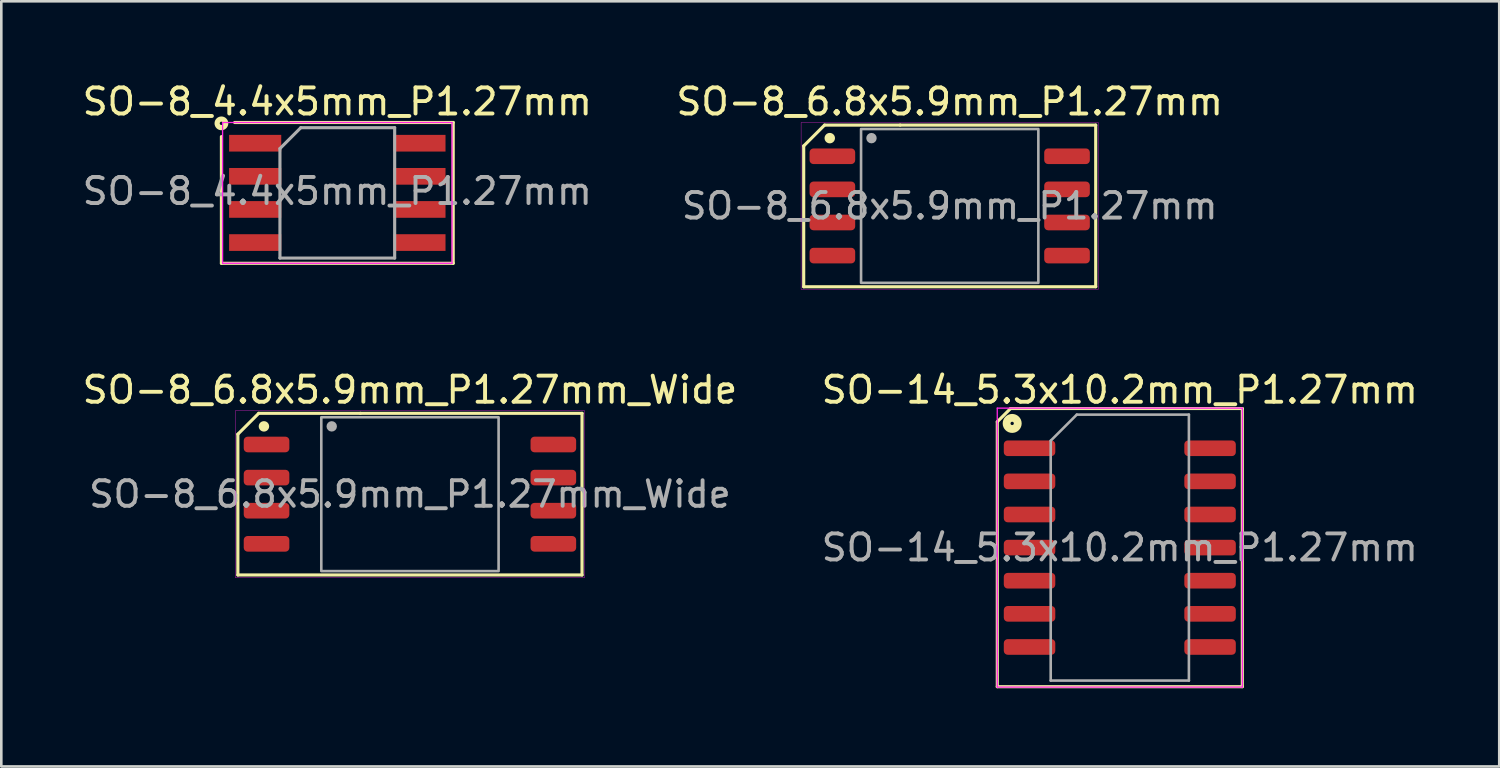
<source format=kicad_pcb>
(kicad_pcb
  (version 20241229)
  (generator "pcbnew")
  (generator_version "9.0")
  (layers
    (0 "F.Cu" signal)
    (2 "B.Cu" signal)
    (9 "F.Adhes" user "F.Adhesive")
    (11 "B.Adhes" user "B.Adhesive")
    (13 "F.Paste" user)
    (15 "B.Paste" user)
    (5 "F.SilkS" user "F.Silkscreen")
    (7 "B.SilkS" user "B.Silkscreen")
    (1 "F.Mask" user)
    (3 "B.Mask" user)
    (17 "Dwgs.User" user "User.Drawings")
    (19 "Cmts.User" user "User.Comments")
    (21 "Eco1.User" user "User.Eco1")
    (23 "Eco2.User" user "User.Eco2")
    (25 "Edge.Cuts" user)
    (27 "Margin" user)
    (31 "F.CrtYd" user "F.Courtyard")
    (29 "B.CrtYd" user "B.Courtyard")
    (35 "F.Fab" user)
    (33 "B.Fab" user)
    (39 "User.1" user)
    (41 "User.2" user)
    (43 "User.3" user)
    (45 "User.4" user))
  (footprint "SO-8_4.4x5mm_P1.27mm"
    (layer "F.Cu")
    (at 9.887 4.348)
    (property "Reference" "SO-8_4.4x5mm_P1.27mm" (at 0 -3.5 0) (layer "F.SilkS") (effects (font (size 1 1) (thickness 0.15))))
    (attr smd)
    (fp_line (start -4.445 2.7) (end -4.445 -2.159) (stroke (width 0.12) (type solid)) (layer "F.SilkS"))
    (fp_line (start -3.937 -2.7) (end 4.381 -2.7) (stroke (width 0.12) (type solid)) (layer "F.SilkS"))
    (fp_line (start 4.381 -2.7) (end 4.445 -2.7) (stroke (width 0.12) (type solid)) (layer "F.SilkS"))
    (fp_line (start 4.445 -2.7) (end 4.445 2.7) (stroke (width 0.12) (type solid)) (layer "F.SilkS"))
    (fp_line (start 4.445 2.7) (end -4.445 2.7) (stroke (width 0.12) (type solid)) (layer "F.SilkS"))
    (fp_circle (center -4.445 -2.667) (end -4.381 -2.667) (stroke (width 0.2) (type solid)) (fill no) (layer "F.SilkS"))
    (fp_line (start -4.4 -2.7) (end -4.4 2.7) (stroke (width 0.05) (type solid)) (layer "F.CrtYd"))
    (fp_line (start -4.4 -2.7) (end 4.4 -2.7) (stroke (width 0.05) (type solid)) (layer "F.CrtYd"))
    (fp_line (start 4.4 2.7) (end -4.4 2.7) (stroke (width 0.05) (type solid)) (layer "F.CrtYd"))
    (fp_line (start 4.4 2.7) (end 4.4 -2.7) (stroke (width 0.05) (type solid)) (layer "F.CrtYd"))
    (fp_line (start -2.2 -1.7) (end -1.4 -2.5) (stroke (width 0.12) (type solid)) (layer "F.Fab"))
    (fp_line (start -2.2 2.5) (end -2.2 -1.7) (stroke (width 0.12) (type solid)) (layer "F.Fab"))
    (fp_line (start -1.4 -2.5) (end 2.2 -2.5) (stroke (width 0.12) (type solid)) (layer "F.Fab"))
    (fp_line (start 2.2 -2.5) (end 2.2 2.5) (stroke (width 0.12) (type solid)) (layer "F.Fab"))
    (fp_line (start 2.2 2.5) (end -2.2 2.5) (stroke (width 0.12) (type solid)) (layer "F.Fab"))
    (fp_text user "${REFERENCE}" (at 0 -0.065 0) (layer "F.Fab") (effects (font (size 1 1) (thickness 0.15))))
    (pad "1" smd rect (at -3.15 -1.905) (size 2 0.64) (layers "F.Cu" "F.Mask" "F.Paste"))
    (pad "2" smd rect (at -3.15 -0.635) (size 2 0.64) (layers "F.Cu" "F.Mask" "F.Paste"))
    (pad "3" smd rect (at -3.15 0.635) (size 2 0.64) (layers "F.Cu" "F.Mask" "F.Paste"))
    (pad "4" smd rect (at -3.15 1.905) (size 2 0.64) (layers "F.Cu" "F.Mask" "F.Paste"))
    (pad "5" smd rect (at 3.15 1.905) (size 2 0.64) (layers "F.Cu" "F.Mask" "F.Paste"))
    (pad "6" smd rect (at 3.15 0.635) (size 2 0.64) (layers "F.Cu" "F.Mask" "F.Paste"))
    (pad "7" smd rect (at 3.15 -0.635) (size 2 0.64) (layers "F.Cu" "F.Mask" "F.Paste"))
    (pad "8" smd rect (at 3.15 -1.905) (size 2 0.64) (layers "F.Cu" "F.Mask" "F.Paste")))
  (footprint "SO-8_6.8x5.9mm_P1.27mm"
    (layer "F.Cu")
    (at 33.375 4.848)
    (property "Reference" "SO-8_6.8x5.9mm_P1.27mm" (at 0 -4 0) (layer "F.SilkS") (effects (font (size 1 1) (thickness 0.15))))
    (attr smd)
    (fp_line (start -5.6 -2.3) (end -4.8 -3.1) (stroke (width 0.12) (type solid)) (layer "F.SilkS"))
    (fp_line (start -5.6 3.1) (end -5.6 -2.3) (stroke (width 0.12) (type solid)) (layer "F.SilkS"))
    (fp_line (start -1.9 -3.1) (end -4.8 -3.1) (stroke (width 0.12) (type solid)) (layer "F.SilkS"))
    (fp_line (start -1.9 -3.1) (end 5.6 -3.1) (stroke (width 0.12) (type solid)) (layer "F.SilkS"))
    (fp_line (start 5.6 -3.1) (end 5.6 3.1) (stroke (width 0.12) (type solid)) (layer "F.SilkS"))
    (fp_line (start 5.6 3.1) (end -5.6 3.1) (stroke (width 0.12) (type solid)) (layer "F.SilkS"))
    (fp_circle (center -4.6 -2.6) (end -4.5 -2.6) (stroke (width 0.2) (type solid)) (fill yes) (layer "F.SilkS"))
    (fp_rect (start -5.7 -3.2) (end 5.7 3.2) (stroke (width 0.013) (type solid)) (fill no) (layer "F.CrtYd"))
    (fp_rect (start -3.4 -2.95) (end 3.4 2.95) (stroke (width 0.1) (type solid)) (fill no) (layer "F.Fab"))
    (fp_circle (center -3 -2.6) (end -2.9 -2.6) (stroke (width 0.2) (type solid)) (fill no) (layer "F.Fab"))
    (fp_text user "${REFERENCE}" (at 0 0 0) (layer "F.Fab") (effects (font (size 0.98 0.98) (thickness 0.15))))
    (pad "1" smd roundrect (at -4.5 -1.905) (size 1.75 0.6) (layers "F.Cu" "F.Mask" "F.Paste") (roundrect_rratio 0.25))
    (pad "2" smd roundrect (at -4.5 -0.635) (size 1.75 0.6) (layers "F.Cu" "F.Mask" "F.Paste") (roundrect_rratio 0.25))
    (pad "3" smd roundrect (at -4.5 0.635) (size 1.75 0.6) (layers "F.Cu" "F.Mask" "F.Paste") (roundrect_rratio 0.25))
    (pad "4" smd roundrect (at -4.5 1.905) (size 1.75 0.6) (layers "F.Cu" "F.Mask" "F.Paste") (roundrect_rratio 0.25))
    (pad "5" smd roundrect (at 4.5 1.905) (size 1.75 0.6) (layers "F.Cu" "F.Mask" "F.Paste") (roundrect_rratio 0.25))
    (pad "6" smd roundrect (at 4.5 0.635) (size 1.75 0.6) (layers "F.Cu" "F.Mask" "F.Paste") (roundrect_rratio 0.25))
    (pad "7" smd roundrect (at 4.5 -0.635) (size 1.75 0.6) (layers "F.Cu" "F.Mask" "F.Paste") (roundrect_rratio 0.25))
    (pad "8" smd roundrect (at 4.5 -1.905) (size 1.75 0.6) (layers "F.Cu" "F.Mask" "F.Paste") (roundrect_rratio 0.25)))
  (footprint "SO-14_5.3x10.2mm_P1.27mm"
    (layer "F.Cu")
    (at 39.899 17.953)
    (property "Reference" "SO-14_5.3x10.2mm_P1.27mm" (at 0 -6.05 0) (layer "F.SilkS") (effects (font (size 1 1) (thickness 0.15))))
    (attr smd)
    (fp_line (start -4.699 -4.826) (end -4.699 5.334) (stroke (width 0.12) (type solid)) (layer "F.SilkS"))
    (fp_line (start -4.699 -4.826) (end -4.191 -5.334) (stroke (width 0.12) (type solid)) (layer "F.SilkS"))
    (fp_line (start -4.699 5.334) (end 4.699 5.334) (stroke (width 0.12) (type solid)) (layer "F.SilkS"))
    (fp_line (start 4.699 -5.334) (end -4.191 -5.334) (stroke (width 0.12) (type solid)) (layer "F.SilkS"))
    (fp_line (start 4.699 5.334) (end 4.699 -5.334) (stroke (width 0.12) (type solid)) (layer "F.SilkS"))
    (fp_circle (center -4.128 -4.763) (end -4.064 -4.763) (stroke (width 0.3) (type solid)) (fill no) (layer "F.SilkS"))
    (fp_line (start -4.7 -5.35) (end -4.7 5.35) (stroke (width 0.05) (type solid)) (layer "F.CrtYd"))
    (fp_line (start -4.7 5.35) (end 4.7 5.35) (stroke (width 0.05) (type solid)) (layer "F.CrtYd"))
    (fp_line (start 4.7 -5.35) (end -4.7 -5.35) (stroke (width 0.05) (type solid)) (layer "F.CrtYd"))
    (fp_line (start 4.7 5.35) (end 4.7 -5.35) (stroke (width 0.05) (type solid)) (layer "F.CrtYd"))
    (fp_line (start -2.65 -4.1) (end -1.65 -5.1) (stroke (width 0.1) (type solid)) (layer "F.Fab"))
    (fp_line (start -2.65 5.1) (end -2.65 -4.1) (stroke (width 0.1) (type solid)) (layer "F.Fab"))
    (fp_line (start -1.65 -5.1) (end 2.65 -5.1) (stroke (width 0.1) (type solid)) (layer "F.Fab"))
    (fp_line (start 2.65 -5.1) (end 2.65 5.1) (stroke (width 0.1) (type solid)) (layer "F.Fab"))
    (fp_line (start 2.65 5.1) (end -2.65 5.1) (stroke (width 0.1) (type solid)) (layer "F.Fab"))
    (fp_text user "${REFERENCE}" (at 0 0 0) (layer "F.Fab") (effects (font (size 1 1) (thickness 0.15))))
    (pad "1" smd roundrect (at -3.462 -3.81) (size 1.975 0.6) (layers "F.Cu" "F.Mask" "F.Paste") (roundrect_rratio 0.25))
    (pad "2" smd roundrect (at -3.462 -2.54) (size 1.975 0.6) (layers "F.Cu" "F.Mask" "F.Paste") (roundrect_rratio 0.25))
    (pad "3" smd roundrect (at -3.462 -1.27) (size 1.975 0.6) (layers "F.Cu" "F.Mask" "F.Paste") (roundrect_rratio 0.25))
    (pad "4" smd roundrect (at -3.462 0) (size 1.975 0.6) (layers "F.Cu" "F.Mask" "F.Paste") (roundrect_rratio 0.25))
    (pad "5" smd roundrect (at -3.462 1.27) (size 1.975 0.6) (layers "F.Cu" "F.Mask" "F.Paste") (roundrect_rratio 0.25))
    (pad "6" smd roundrect (at -3.462 2.54) (size 1.975 0.6) (layers "F.Cu" "F.Mask" "F.Paste") (roundrect_rratio 0.25))
    (pad "7" smd roundrect (at -3.462 3.81) (size 1.975 0.6) (layers "F.Cu" "F.Mask" "F.Paste") (roundrect_rratio 0.25))
    (pad "8" smd roundrect (at 3.462 3.81) (size 1.975 0.6) (layers "F.Cu" "F.Mask" "F.Paste") (roundrect_rratio 0.25))
    (pad "9" smd roundrect (at 3.462 2.54) (size 1.975 0.6) (layers "F.Cu" "F.Mask" "F.Paste") (roundrect_rratio 0.25))
    (pad "10" smd roundrect (at 3.462 1.27) (size 1.975 0.6) (layers "F.Cu" "F.Mask" "F.Paste") (roundrect_rratio 0.25))
    (pad "11" smd roundrect (at 3.462 0) (size 1.975 0.6) (layers "F.Cu" "F.Mask" "F.Paste") (roundrect_rratio 0.25))
    (pad "12" smd roundrect (at 3.462 -1.27) (size 1.975 0.6) (layers "F.Cu" "F.Mask" "F.Paste") (roundrect_rratio 0.25))
    (pad "13" smd roundrect (at 3.462 -2.54) (size 1.975 0.6) (layers "F.Cu" "F.Mask" "F.Paste") (roundrect_rratio 0.25))
    (pad "14" smd roundrect (at 3.462 -3.81) (size 1.975 0.6) (layers "F.Cu" "F.Mask" "F.Paste") (roundrect_rratio 0.25)))
  (footprint "SO-8_6.8x5.9mm_P1.27mm_Wide"
    (layer "F.Cu")
    (at 12.673 15.903)
    (property "Reference" "SO-8_6.8x5.9mm_P1.27mm_Wide" (at 0 -4 0) (layer "F.SilkS") (effects (font (size 1 1) (thickness 0.15))))
    (attr smd)
    (fp_line (start -6.6 -2.3) (end -5.8 -3.1) (stroke (width 0.12) (type solid)) (layer "F.SilkS"))
    (fp_line (start -6.6 3.1) (end -6.6 -2.3) (stroke (width 0.12) (type solid)) (layer "F.SilkS"))
    (fp_line (start -1.9 -3.1) (end -5.8 -3.1) (stroke (width 0.12) (type solid)) (layer "F.SilkS"))
    (fp_line (start -1.9 -3.1) (end 6.6 -3.1) (stroke (width 0.12) (type solid)) (layer "F.SilkS"))
    (fp_line (start 6.6 -3.1) (end 6.6 3.1) (stroke (width 0.12) (type solid)) (layer "F.SilkS"))
    (fp_line (start 6.6 3.1) (end -6.6 3.1) (stroke (width 0.12) (type solid)) (layer "F.SilkS"))
    (fp_circle (center -5.6 -2.6) (end -5.5 -2.6) (stroke (width 0.2) (type solid)) (fill yes) (layer "F.SilkS"))
    (fp_rect (start -6.7 -3.2) (end 6.7 3.2) (stroke (width 0.013) (type solid)) (fill no) (layer "F.CrtYd"))
    (fp_rect (start -3.4 -2.95) (end 3.4 2.95) (stroke (width 0.1) (type solid)) (fill no) (layer "F.Fab"))
    (fp_circle (center -3 -2.6) (end -2.9 -2.6) (stroke (width 0.2) (type solid)) (fill no) (layer "F.Fab"))
    (fp_text user "${REFERENCE}" (at 0 0 0) (layer "F.Fab") (effects (font (size 0.98 0.98) (thickness 0.15))))
    (pad "1" smd roundrect (at -5.5 -1.905) (size 1.75 0.6) (layers "F.Cu" "F.Mask" "F.Paste") (roundrect_rratio 0.25))
    (pad "2" smd roundrect (at -5.5 -0.635) (size 1.75 0.6) (layers "F.Cu" "F.Mask" "F.Paste") (roundrect_rratio 0.25))
    (pad "3" smd roundrect (at -5.5 0.635) (size 1.75 0.6) (layers "F.Cu" "F.Mask" "F.Paste") (roundrect_rratio 0.25))
    (pad "4" smd roundrect (at -5.5 1.905) (size 1.75 0.6) (layers "F.Cu" "F.Mask" "F.Paste") (roundrect_rratio 0.25))
    (pad "5" smd roundrect (at 5.5 1.905) (size 1.75 0.6) (layers "F.Cu" "F.Mask" "F.Paste") (roundrect_rratio 0.25))
    (pad "6" smd roundrect (at 5.5 0.635) (size 1.75 0.6) (layers "F.Cu" "F.Mask" "F.Paste") (roundrect_rratio 0.25))
    (pad "7" smd roundrect (at 5.5 -0.635) (size 1.75 0.6) (layers "F.Cu" "F.Mask" "F.Paste") (roundrect_rratio 0.25))
    (pad "8" smd roundrect (at 5.5 -1.905) (size 1.75 0.6) (layers "F.Cu" "F.Mask" "F.Paste") (roundrect_rratio 0.25)))
  (gr_rect
    (start -3 -3)
    (end 54.452 26.347)
    (stroke (width 0.1) (type default))
    (fill no)
    (layer "Edge.Cuts")))
</source>
